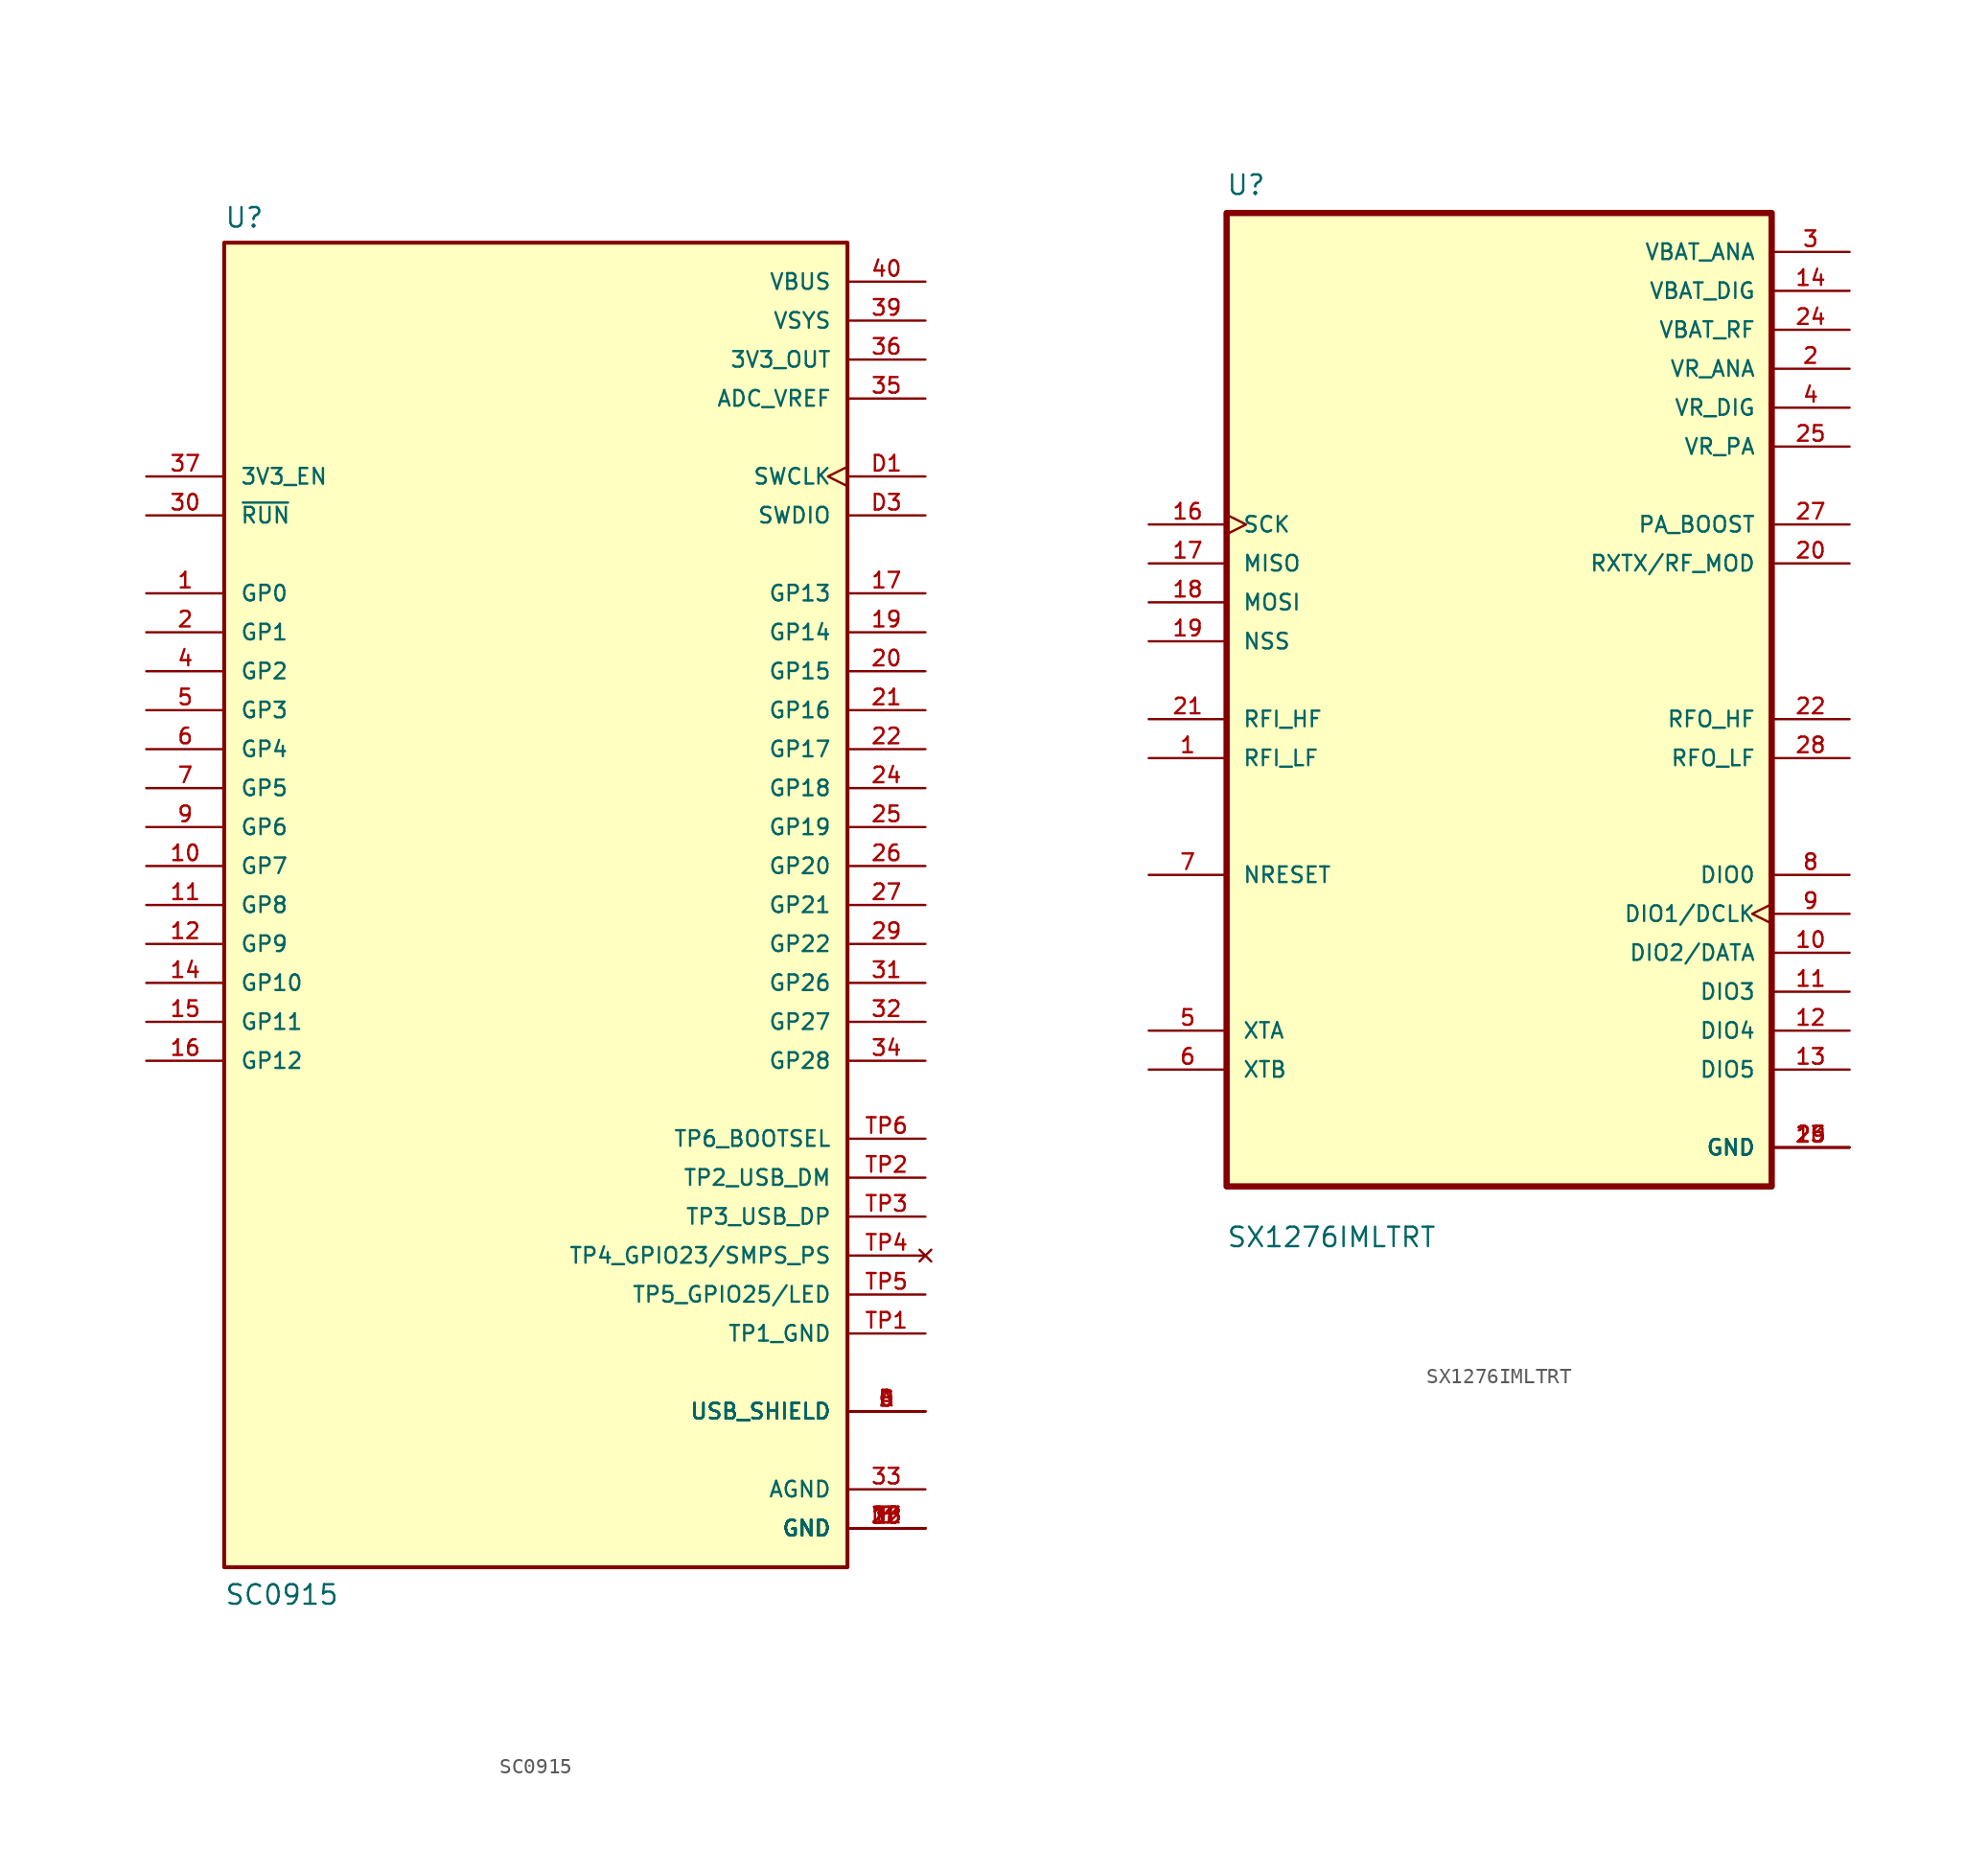
<source format=kicad_sym>
(kicad_symbol_lib
  (version 20211014)
  (generator kicad_symbol_editor)
  (symbol "SC0915"
    (pin_names
      (offset 1.016))
    (property "Reference" "U"
      (at -20.32 44.069 0)
      (effects (font (size 1.27 1.27)) (justify left bottom)))
    (property "Value" "SC0915"
      (at -20.32 -45.72 0)
      (effects (font (size 1.27 1.27)) (justify left bottom)))
    (property "ki_locked" ""
      (at 0 0 0)
      (effects (font (size 1.27 1.27))))
    (symbol "SC0915_0_0"
      (rectangle (start -20.32 -43.18) (end 20.32 43.18) (stroke (width 0.254) (type default) (color 0 0 0 0)) (fill (type background)))
      (pin bidirectional line (at -25.4 20.32 0) (length 5.08) (name "GP0" (effects (font (size 1.016 1.016)))) (number "1" (effects (font (size 1.016 1.016)))))
      (pin bidirectional line (at -25.4 2.54 0) (length 5.08) (name "GP7" (effects (font (size 1.016 1.016)))) (number "10" (effects (font (size 1.016 1.016)))))
      (pin bidirectional line (at -25.4 0 0) (length 5.08) (name "GP8" (effects (font (size 1.016 1.016)))) (number "11" (effects (font (size 1.016 1.016)))))
      (pin bidirectional line (at -25.4 -2.54 0) (length 5.08) (name "GP9" (effects (font (size 1.016 1.016)))) (number "12" (effects (font (size 1.016 1.016)))))
      (pin power_in line (at 25.4 -40.64 180) (length 5.08) (name "GND" (effects (font (size 1.016 1.016)))) (number "13" (effects (font (size 1.016 1.016)))))
      (pin bidirectional line (at -25.4 -5.08 0) (length 5.08) (name "GP10" (effects (font (size 1.016 1.016)))) (number "14" (effects (font (size 1.016 1.016)))))
      (pin bidirectional line (at -25.4 -7.62 0) (length 5.08) (name "GP11" (effects (font (size 1.016 1.016)))) (number "15" (effects (font (size 1.016 1.016)))))
      (pin bidirectional line (at -25.4 -10.16 0) (length 5.08) (name "GP12" (effects (font (size 1.016 1.016)))) (number "16" (effects (font (size 1.016 1.016)))))
      (pin bidirectional line (at 25.4 20.32 180) (length 5.08) (name "GP13" (effects (font (size 1.016 1.016)))) (number "17" (effects (font (size 1.016 1.016)))))
      (pin power_in line (at 25.4 -40.64 180) (length 5.08) (name "GND" (effects (font (size 1.016 1.016)))) (number "18" (effects (font (size 1.016 1.016)))))
      (pin bidirectional line (at 25.4 17.78 180) (length 5.08) (name "GP14" (effects (font (size 1.016 1.016)))) (number "19" (effects (font (size 1.016 1.016)))))
      (pin bidirectional line (at -25.4 17.78 0) (length 5.08) (name "GP1" (effects (font (size 1.016 1.016)))) (number "2" (effects (font (size 1.016 1.016)))))
      (pin bidirectional line (at 25.4 15.24 180) (length 5.08) (name "GP15" (effects (font (size 1.016 1.016)))) (number "20" (effects (font (size 1.016 1.016)))))
      (pin bidirectional line (at 25.4 12.7 180) (length 5.08) (name "GP16" (effects (font (size 1.016 1.016)))) (number "21" (effects (font (size 1.016 1.016)))))
      (pin bidirectional line (at 25.4 10.16 180) (length 5.08) (name "GP17" (effects (font (size 1.016 1.016)))) (number "22" (effects (font (size 1.016 1.016)))))
      (pin power_in line (at 25.4 -40.64 180) (length 5.08) (name "GND" (effects (font (size 1.016 1.016)))) (number "23" (effects (font (size 1.016 1.016)))))
      (pin bidirectional line (at 25.4 7.62 180) (length 5.08) (name "GP18" (effects (font (size 1.016 1.016)))) (number "24" (effects (font (size 1.016 1.016)))))
      (pin bidirectional line (at 25.4 5.08 180) (length 5.08) (name "GP19" (effects (font (size 1.016 1.016)))) (number "25" (effects (font (size 1.016 1.016)))))
      (pin bidirectional line (at 25.4 2.54 180) (length 5.08) (name "GP20" (effects (font (size 1.016 1.016)))) (number "26" (effects (font (size 1.016 1.016)))))
      (pin bidirectional line (at 25.4 0 180) (length 5.08) (name "GP21" (effects (font (size 1.016 1.016)))) (number "27" (effects (font (size 1.016 1.016)))))
      (pin power_in line (at 25.4 -40.64 180) (length 5.08) (name "GND" (effects (font (size 1.016 1.016)))) (number "28" (effects (font (size 1.016 1.016)))))
      (pin bidirectional line (at 25.4 -2.54 180) (length 5.08) (name "GP22" (effects (font (size 1.016 1.016)))) (number "29" (effects (font (size 1.016 1.016)))))
      (pin power_in line (at 25.4 -40.64 180) (length 5.08) (name "GND" (effects (font (size 1.016 1.016)))) (number "3" (effects (font (size 1.016 1.016)))))
      (pin input line (at -25.4 25.4 0) (length 5.08) (name "~{RUN}" (effects (font (size 1.016 1.016)))) (number "30" (effects (font (size 1.016 1.016)))))
      (pin bidirectional line (at 25.4 -5.08 180) (length 5.08) (name "GP26" (effects (font (size 1.016 1.016)))) (number "31" (effects (font (size 1.016 1.016)))))
      (pin bidirectional line (at 25.4 -7.62 180) (length 5.08) (name "GP27" (effects (font (size 1.016 1.016)))) (number "32" (effects (font (size 1.016 1.016)))))
      (pin power_in line (at 25.4 -38.1 180) (length 5.08) (name "AGND" (effects (font (size 1.016 1.016)))) (number "33" (effects (font (size 1.016 1.016)))))
      (pin bidirectional line (at 25.4 -10.16 180) (length 5.08) (name "GP28" (effects (font (size 1.016 1.016)))) (number "34" (effects (font (size 1.016 1.016)))))
      (pin power_in line (at 25.4 33.02 180) (length 5.08) (name "ADC_VREF" (effects (font (size 1.016 1.016)))) (number "35" (effects (font (size 1.016 1.016)))))
      (pin power_in line (at 25.4 35.56 180) (length 5.08) (name "3V3_OUT" (effects (font (size 1.016 1.016)))) (number "36" (effects (font (size 1.016 1.016)))))
      (pin input line (at -25.4 27.94 0) (length 5.08) (name "3V3_EN" (effects (font (size 1.016 1.016)))) (number "37" (effects (font (size 1.016 1.016)))))
      (pin power_in line (at 25.4 -40.64 180) (length 5.08) (name "GND" (effects (font (size 1.016 1.016)))) (number "38" (effects (font (size 1.016 1.016)))))
      (pin power_in line (at 25.4 38.1 180) (length 5.08) (name "VSYS" (effects (font (size 1.016 1.016)))) (number "39" (effects (font (size 1.016 1.016)))))
      (pin bidirectional line (at -25.4 15.24 0) (length 5.08) (name "GP2" (effects (font (size 1.016 1.016)))) (number "4" (effects (font (size 1.016 1.016)))))
      (pin power_in line (at 25.4 40.64 180) (length 5.08) (name "VBUS" (effects (font (size 1.016 1.016)))) (number "40" (effects (font (size 1.016 1.016)))))
      (pin bidirectional line (at -25.4 12.7 0) (length 5.08) (name "GP3" (effects (font (size 1.016 1.016)))) (number "5" (effects (font (size 1.016 1.016)))))
      (pin bidirectional line (at -25.4 10.16 0) (length 5.08) (name "GP4" (effects (font (size 1.016 1.016)))) (number "6" (effects (font (size 1.016 1.016)))))
      (pin bidirectional line (at -25.4 7.62 0) (length 5.08) (name "GP5" (effects (font (size 1.016 1.016)))) (number "7" (effects (font (size 1.016 1.016)))))
      (pin power_in line (at 25.4 -40.64 180) (length 5.08) (name "GND" (effects (font (size 1.016 1.016)))) (number "8" (effects (font (size 1.016 1.016)))))
      (pin bidirectional line (at -25.4 5.08 0) (length 5.08) (name "GP6" (effects (font (size 1.016 1.016)))) (number "9" (effects (font (size 1.016 1.016)))))
      (pin power_in line (at 25.4 -33.02 180) (length 5.08) (name "USB_SHIELD" (effects (font (size 1.016 1.016)))) (number "A" (effects (font (size 1.016 1.016)))))
      (pin power_in line (at 25.4 -33.02 180) (length 5.08) (name "USB_SHIELD" (effects (font (size 1.016 1.016)))) (number "B" (effects (font (size 1.016 1.016)))))
      (pin power_in line (at 25.4 -33.02 180) (length 5.08) (name "USB_SHIELD" (effects (font (size 1.016 1.016)))) (number "C" (effects (font (size 1.016 1.016)))))
      (pin power_in line (at 25.4 -33.02 180) (length 5.08) (name "USB_SHIELD" (effects (font (size 1.016 1.016)))) (number "D" (effects (font (size 1.016 1.016)))))
      (pin input clock (at 25.4 27.94 180) (length 5.08) (name "SWCLK" (effects (font (size 1.016 1.016)))) (number "D1" (effects (font (size 1.016 1.016)))))
      (pin power_in line (at 25.4 -40.64 180) (length 5.08) (name "GND" (effects (font (size 1.016 1.016)))) (number "D2" (effects (font (size 1.016 1.016)))))
      (pin bidirectional line (at 25.4 25.4 180) (length 5.08) (name "SWDIO" (effects (font (size 1.016 1.016)))) (number "D3" (effects (font (size 1.016 1.016)))))
      (pin power_in line (at 25.4 -27.94 180) (length 5.08) (name "TP1_GND" (effects (font (size 1.016 1.016)))) (number "TP1" (effects (font (size 1.016 1.016)))))
      (pin bidirectional line (at 25.4 -17.78 180) (length 5.08) (name "TP2_USB_DM" (effects (font (size 1.016 1.016)))) (number "TP2" (effects (font (size 1.016 1.016)))))
      (pin bidirectional line (at 25.4 -20.32 180) (length 5.08) (name "TP3_USB_DP" (effects (font (size 1.016 1.016)))) (number "TP3" (effects (font (size 1.016 1.016)))))
      (pin no_connect line (at 25.4 -22.86 180) (length 5.08) (name "TP4_GPIO23/SMPS_PS" (effects (font (size 1.016 1.016)))) (number "TP4" (effects (font (size 1.016 1.016)))))
      (pin output line (at 25.4 -25.4 180) (length 5.08) (name "TP5_GPIO25/LED" (effects (font (size 1.016 1.016)))) (number "TP5" (effects (font (size 1.016 1.016)))))
      (pin input line (at 25.4 -15.24 180) (length 5.08) (name "TP6_BOOTSEL" (effects (font (size 1.016 1.016)))) (number "TP6" (effects (font (size 1.016 1.016)))))))
  (symbol "SX1276IMLTRT"
    (pin_names
      (offset 1.016))
    (property "Reference" "U"
      (at -17.824 34.102 0)
      (effects (font (size 1.27 1.27)) (justify left bottom)))
    (property "Value" "SX1276IMLTRT"
      (at -17.81 -34.539 0)
      (effects (font (size 1.27 1.27)) (justify left bottom)))
    (symbol "SX1276IMLTRT_0_0"
      (rectangle (start -17.78 -30.48) (end 17.78 33.02) (stroke (width 0.41) (type default) (color 0 0 0 0)) (fill (type background)))
      (pin input line (at -22.86 -2.54 0) (length 5.08) (name "RFI_LF" (effects (font (size 1.016 1.016)))) (number "1" (effects (font (size 1.016 1.016)))))
      (pin bidirectional line (at 22.86 -15.24 180) (length 5.08) (name "DIO2/DATA" (effects (font (size 1.016 1.016)))) (number "10" (effects (font (size 1.016 1.016)))))
      (pin bidirectional line (at 22.86 -17.78 180) (length 5.08) (name "DIO3" (effects (font (size 1.016 1.016)))) (number "11" (effects (font (size 1.016 1.016)))))
      (pin bidirectional line (at 22.86 -20.32 180) (length 5.08) (name "DIO4" (effects (font (size 1.016 1.016)))) (number "12" (effects (font (size 1.016 1.016)))))
      (pin bidirectional line (at 22.86 -22.86 180) (length 5.08) (name "DIO5" (effects (font (size 1.016 1.016)))) (number "13" (effects (font (size 1.016 1.016)))))
      (pin power_in line (at 22.86 27.94 180) (length 5.08) (name "VBAT_DIG" (effects (font (size 1.016 1.016)))) (number "14" (effects (font (size 1.016 1.016)))))
      (pin power_in line (at 22.86 -27.94 180) (length 5.08) (name "GND" (effects (font (size 1.016 1.016)))) (number "15" (effects (font (size 1.016 1.016)))))
      (pin input clock (at -22.86 12.7 0) (length 5.08) (name "SCK" (effects (font (size 1.016 1.016)))) (number "16" (effects (font (size 1.016 1.016)))))
      (pin output line (at -22.86 10.16 0) (length 5.08) (name "MISO" (effects (font (size 1.016 1.016)))) (number "17" (effects (font (size 1.016 1.016)))))
      (pin input line (at -22.86 7.62 0) (length 5.08) (name "MOSI" (effects (font (size 1.016 1.016)))) (number "18" (effects (font (size 1.016 1.016)))))
      (pin input line (at -22.86 5.08 0) (length 5.08) (name "NSS" (effects (font (size 1.016 1.016)))) (number "19" (effects (font (size 1.016 1.016)))))
      (pin power_in line (at 22.86 22.86 180) (length 5.08) (name "VR_ANA" (effects (font (size 1.016 1.016)))) (number "2" (effects (font (size 1.016 1.016)))))
      (pin output line (at 22.86 10.16 180) (length 5.08) (name "RXTX/RF_MOD" (effects (font (size 1.016 1.016)))) (number "20" (effects (font (size 1.016 1.016)))))
      (pin input line (at -22.86 0 0) (length 5.08) (name "RFI_HF" (effects (font (size 1.016 1.016)))) (number "21" (effects (font (size 1.016 1.016)))))
      (pin output line (at 22.86 0 180) (length 5.08) (name "RFO_HF" (effects (font (size 1.016 1.016)))) (number "22" (effects (font (size 1.016 1.016)))))
      (pin power_in line (at 22.86 -27.94 180) (length 5.08) (name "GND" (effects (font (size 1.016 1.016)))) (number "23" (effects (font (size 1.016 1.016)))))
      (pin power_in line (at 22.86 25.4 180) (length 5.08) (name "VBAT_RF" (effects (font (size 1.016 1.016)))) (number "24" (effects (font (size 1.016 1.016)))))
      (pin power_in line (at 22.86 17.78 180) (length 5.08) (name "VR_PA" (effects (font (size 1.016 1.016)))) (number "25" (effects (font (size 1.016 1.016)))))
      (pin power_in line (at 22.86 -27.94 180) (length 5.08) (name "GND" (effects (font (size 1.016 1.016)))) (number "26" (effects (font (size 1.016 1.016)))))
      (pin output line (at 22.86 12.7 180) (length 5.08) (name "PA_BOOST" (effects (font (size 1.016 1.016)))) (number "27" (effects (font (size 1.016 1.016)))))
      (pin output line (at 22.86 -2.54 180) (length 5.08) (name "RFO_LF" (effects (font (size 1.016 1.016)))) (number "28" (effects (font (size 1.016 1.016)))))
      (pin power_in line (at 22.86 -27.94 180) (length 5.08) (name "GND" (effects (font (size 1.016 1.016)))) (number "29" (effects (font (size 1.016 1.016)))))
      (pin power_in line (at 22.86 30.48 180) (length 5.08) (name "VBAT_ANA" (effects (font (size 1.016 1.016)))) (number "3" (effects (font (size 1.016 1.016)))))
      (pin power_in line (at 22.86 20.32 180) (length 5.08) (name "VR_DIG" (effects (font (size 1.016 1.016)))) (number "4" (effects (font (size 1.016 1.016)))))
      (pin bidirectional line (at -22.86 -20.32 0) (length 5.08) (name "XTA" (effects (font (size 1.016 1.016)))) (number "5" (effects (font (size 1.016 1.016)))))
      (pin bidirectional line (at -22.86 -22.86 0) (length 5.08) (name "XTB" (effects (font (size 1.016 1.016)))) (number "6" (effects (font (size 1.016 1.016)))))
      (pin bidirectional line (at -22.86 -10.16 0) (length 5.08) (name "NRESET" (effects (font (size 1.016 1.016)))) (number "7" (effects (font (size 1.016 1.016)))))
      (pin bidirectional line (at 22.86 -10.16 180) (length 5.08) (name "DIO0" (effects (font (size 1.016 1.016)))) (number "8" (effects (font (size 1.016 1.016)))))
      (pin bidirectional clock (at 22.86 -12.7 180) (length 5.08) (name "DIO1/DCLK" (effects (font (size 1.016 1.016)))) (number "9" (effects (font (size 1.016 1.016))))))))
</source>
